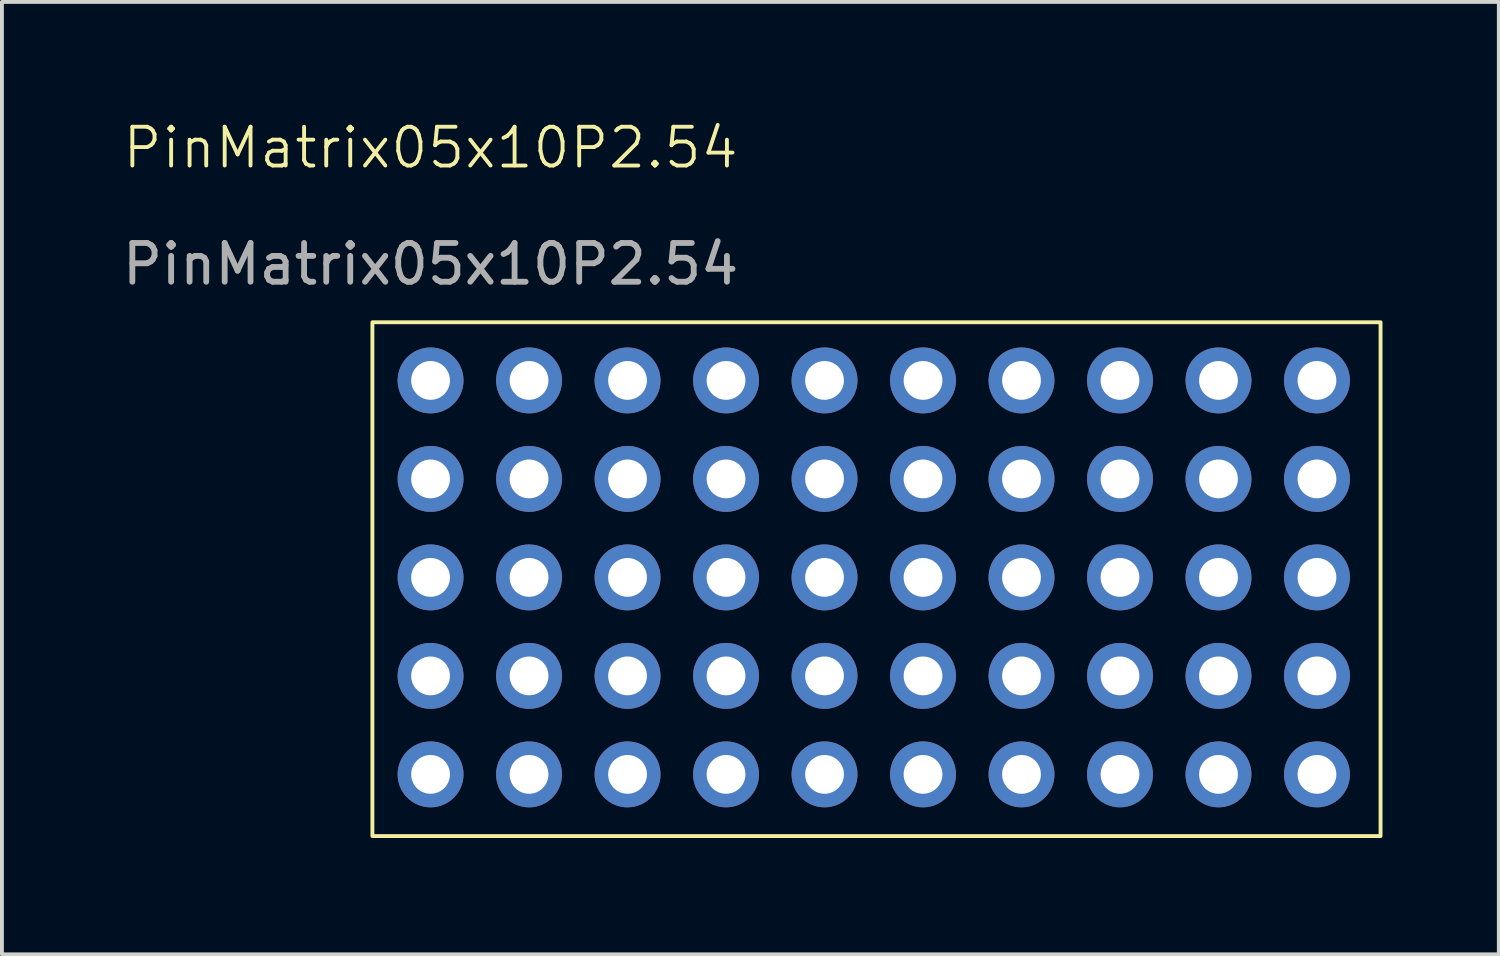
<source format=kicad_pcb>
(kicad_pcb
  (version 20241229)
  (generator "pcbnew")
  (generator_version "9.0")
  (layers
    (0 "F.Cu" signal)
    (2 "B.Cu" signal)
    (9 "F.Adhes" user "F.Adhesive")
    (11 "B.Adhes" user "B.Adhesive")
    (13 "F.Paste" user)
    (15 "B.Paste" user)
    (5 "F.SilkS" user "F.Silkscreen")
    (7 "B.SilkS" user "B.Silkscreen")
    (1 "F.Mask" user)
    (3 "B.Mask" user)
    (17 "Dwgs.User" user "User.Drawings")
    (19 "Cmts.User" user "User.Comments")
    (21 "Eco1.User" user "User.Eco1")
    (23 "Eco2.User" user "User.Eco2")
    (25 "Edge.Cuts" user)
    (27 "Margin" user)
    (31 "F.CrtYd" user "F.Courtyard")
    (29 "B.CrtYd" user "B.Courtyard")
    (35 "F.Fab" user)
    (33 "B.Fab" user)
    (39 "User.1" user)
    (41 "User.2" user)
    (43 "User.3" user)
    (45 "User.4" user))
  (footprint "PinMatrix05x10P2.54"
    (layer "F.Cu")
    (at 8.054 6.761)
    (property "Reference" "PinMatrix05x10P2.54" (at 0 -6 0) (unlocked yes) (layer "F.SilkS") (effects (font (size 1 1) (thickness 0.1))))
    (attr through_hole)
    (fp_rect (start -1.5 -1.5) (end 24.5 11.75) (stroke (width 0.1) (type default)) (fill no) (layer "F.SilkS"))
    (fp_text user "${REFERENCE}" (at 0 -3 0) (unlocked yes) (layer "F.Fab") (effects (font (size 1 1) (thickness 0.15))))
    (pad "1" thru_hole circle (at 0 0) (size 1.7 1.7) (drill 1) (layers "*.Cu" "*.Mask"))
    (pad "2" thru_hole circle (at 2.54 0) (size 1.7 1.7) (drill 1) (layers "*.Cu" "*.Mask"))
    (pad "3" thru_hole circle (at 5.08 0) (size 1.7 1.7) (drill 1) (layers "*.Cu" "*.Mask"))
    (pad "4" thru_hole circle (at 7.62 0) (size 1.7 1.7) (drill 1) (layers "*.Cu" "*.Mask"))
    (pad "5" thru_hole circle (at 10.16 0) (size 1.7 1.7) (drill 1) (layers "*.Cu" "*.Mask"))
    (pad "6" thru_hole circle (at 12.7 0) (size 1.7 1.7) (drill 1) (layers "*.Cu" "*.Mask"))
    (pad "7" thru_hole circle (at 15.24 0) (size 1.7 1.7) (drill 1) (layers "*.Cu" "*.Mask"))
    (pad "8" thru_hole circle (at 17.78 0) (size 1.7 1.7) (drill 1) (layers "*.Cu" "*.Mask"))
    (pad "9" thru_hole circle (at 20.32 0) (size 1.7 1.7) (drill 1) (layers "*.Cu" "*.Mask"))
    (pad "10" thru_hole circle (at 22.86 0) (size 1.7 1.7) (drill 1) (layers "*.Cu" "*.Mask"))
    (pad "11" thru_hole circle (at 0 2.54) (size 1.7 1.7) (drill 1) (layers "*.Cu" "*.Mask"))
    (pad "12" thru_hole circle (at 2.54 2.54) (size 1.7 1.7) (drill 1) (layers "*.Cu" "*.Mask"))
    (pad "13" thru_hole circle (at 5.08 2.54) (size 1.7 1.7) (drill 1) (layers "*.Cu" "*.Mask"))
    (pad "14" thru_hole circle (at 7.62 2.54) (size 1.7 1.7) (drill 1) (layers "*.Cu" "*.Mask"))
    (pad "15" thru_hole circle (at 10.16 2.54) (size 1.7 1.7) (drill 1) (layers "*.Cu" "*.Mask"))
    (pad "16" thru_hole circle (at 12.7 2.54) (size 1.7 1.7) (drill 1) (layers "*.Cu" "*.Mask"))
    (pad "17" thru_hole circle (at 15.24 2.54) (size 1.7 1.7) (drill 1) (layers "*.Cu" "*.Mask"))
    (pad "18" thru_hole circle (at 17.78 2.54) (size 1.7 1.7) (drill 1) (layers "*.Cu" "*.Mask"))
    (pad "19" thru_hole circle (at 20.32 2.54) (size 1.7 1.7) (drill 1) (layers "*.Cu" "*.Mask"))
    (pad "20" thru_hole circle (at 22.86 2.54) (size 1.7 1.7) (drill 1) (layers "*.Cu" "*.Mask"))
    (pad "21" thru_hole circle (at 0 5.08) (size 1.7 1.7) (drill 1) (layers "*.Cu" "*.Mask"))
    (pad "22" thru_hole circle (at 2.54 5.08) (size 1.7 1.7) (drill 1) (layers "*.Cu" "*.Mask"))
    (pad "23" thru_hole circle (at 5.08 5.08) (size 1.7 1.7) (drill 1) (layers "*.Cu" "*.Mask"))
    (pad "24" thru_hole circle (at 7.62 5.08) (size 1.7 1.7) (drill 1) (layers "*.Cu" "*.Mask"))
    (pad "25" thru_hole circle (at 10.16 5.08) (size 1.7 1.7) (drill 1) (layers "*.Cu" "*.Mask"))
    (pad "26" thru_hole circle (at 12.7 5.08) (size 1.7 1.7) (drill 1) (layers "*.Cu" "*.Mask"))
    (pad "27" thru_hole circle (at 15.24 5.08) (size 1.7 1.7) (drill 1) (layers "*.Cu" "*.Mask"))
    (pad "28" thru_hole circle (at 17.78 5.08) (size 1.7 1.7) (drill 1) (layers "*.Cu" "*.Mask"))
    (pad "29" thru_hole circle (at 20.32 5.08) (size 1.7 1.7) (drill 1) (layers "*.Cu" "*.Mask"))
    (pad "30" thru_hole circle (at 22.86 5.08) (size 1.7 1.7) (drill 1) (layers "*.Cu" "*.Mask"))
    (pad "31" thru_hole circle (at 0 7.62) (size 1.7 1.7) (drill 1) (layers "*.Cu" "*.Mask"))
    (pad "32" thru_hole circle (at 2.54 7.62) (size 1.7 1.7) (drill 1) (layers "*.Cu" "*.Mask"))
    (pad "33" thru_hole circle (at 5.08 7.62) (size 1.7 1.7) (drill 1) (layers "*.Cu" "*.Mask"))
    (pad "34" thru_hole circle (at 7.62 7.62) (size 1.7 1.7) (drill 1) (layers "*.Cu" "*.Mask"))
    (pad "35" thru_hole circle (at 10.16 7.62) (size 1.7 1.7) (drill 1) (layers "*.Cu" "*.Mask"))
    (pad "36" thru_hole circle (at 12.7 7.62) (size 1.7 1.7) (drill 1) (layers "*.Cu" "*.Mask"))
    (pad "37" thru_hole circle (at 15.24 7.62) (size 1.7 1.7) (drill 1) (layers "*.Cu" "*.Mask"))
    (pad "38" thru_hole circle (at 17.78 7.62) (size 1.7 1.7) (drill 1) (layers "*.Cu" "*.Mask"))
    (pad "39" thru_hole circle (at 20.32 7.62) (size 1.7 1.7) (drill 1) (layers "*.Cu" "*.Mask"))
    (pad "40" thru_hole circle (at 22.86 7.62) (size 1.7 1.7) (drill 1) (layers "*.Cu" "*.Mask"))
    (pad "41" thru_hole circle (at 0 10.16) (size 1.7 1.7) (drill 1) (layers "*.Cu" "*.Mask"))
    (pad "42" thru_hole circle (at 2.54 10.16) (size 1.7 1.7) (drill 1) (layers "*.Cu" "*.Mask"))
    (pad "43" thru_hole circle (at 5.08 10.16) (size 1.7 1.7) (drill 1) (layers "*.Cu" "*.Mask"))
    (pad "44" thru_hole circle (at 7.62 10.16) (size 1.7 1.7) (drill 1) (layers "*.Cu" "*.Mask"))
    (pad "45" thru_hole circle (at 10.16 10.16) (size 1.7 1.7) (drill 1) (layers "*.Cu" "*.Mask"))
    (pad "46" thru_hole circle (at 12.7 10.16) (size 1.7 1.7) (drill 1) (layers "*.Cu" "*.Mask"))
    (pad "47" thru_hole circle (at 15.24 10.16) (size 1.7 1.7) (drill 1) (layers "*.Cu" "*.Mask"))
    (pad "48" thru_hole circle (at 17.78 10.16) (size 1.7 1.7) (drill 1) (layers "*.Cu" "*.Mask"))
    (pad "49" thru_hole circle (at 20.32 10.16) (size 1.7 1.7) (drill 1) (layers "*.Cu" "*.Mask"))
    (pad "50" thru_hole circle (at 22.86 10.16) (size 1.7 1.7) (drill 1) (layers "*.Cu" "*.Mask")))
  (gr_rect
    (start -3 -3)
    (end 35.604 21.561)
    (stroke (width 0.1) (type default))
    (fill no)
    (layer "Edge.Cuts")))
</source>
